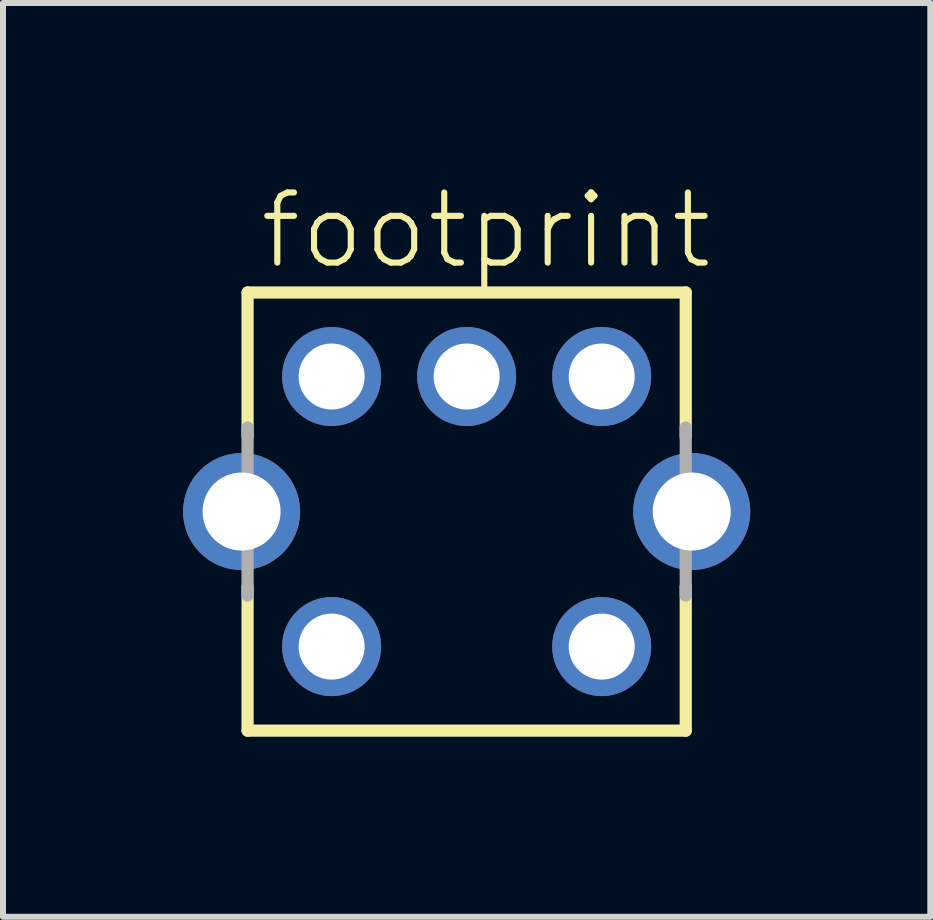
<source format=kicad_pcb>
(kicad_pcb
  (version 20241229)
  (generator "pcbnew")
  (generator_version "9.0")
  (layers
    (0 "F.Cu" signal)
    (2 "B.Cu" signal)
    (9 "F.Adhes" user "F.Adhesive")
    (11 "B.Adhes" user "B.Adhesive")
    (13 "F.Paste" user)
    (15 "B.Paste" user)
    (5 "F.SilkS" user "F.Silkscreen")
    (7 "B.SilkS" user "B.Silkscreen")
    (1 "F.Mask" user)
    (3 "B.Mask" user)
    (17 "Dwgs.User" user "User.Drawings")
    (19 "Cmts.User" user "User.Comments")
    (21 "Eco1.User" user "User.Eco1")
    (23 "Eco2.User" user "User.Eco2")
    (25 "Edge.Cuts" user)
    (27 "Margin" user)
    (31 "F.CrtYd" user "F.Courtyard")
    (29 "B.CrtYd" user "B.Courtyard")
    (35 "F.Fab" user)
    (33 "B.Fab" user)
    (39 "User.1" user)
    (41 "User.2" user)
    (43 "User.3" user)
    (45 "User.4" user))
  (footprint "footprint"
    (layer "F.Cu")
    (at 4.725 5.473)
    (property "Reference" "footprint" (at -3.5 -4 0) (layer "F.SilkS") (effects (font (size 1.168 1.168) (thickness 0.102)) (justify left bottom)))
    (fp_line (start -3.65 -3.65) (end 3.65 -3.65) (stroke (width 0.203) (type solid)) (layer "F.SilkS"))
    (fp_line (start -3.65 -1.25) (end -3.65 -3.65) (stroke (width 0.203) (type solid)) (layer "F.SilkS"))
    (fp_line (start -3.65 3.65) (end -3.65 1.25) (stroke (width 0.203) (type solid)) (layer "F.SilkS"))
    (fp_line (start 3.65 -3.65) (end 3.65 -1.25) (stroke (width 0.203) (type solid)) (layer "F.SilkS"))
    (fp_line (start 3.65 1.25) (end 3.65 3.65) (stroke (width 0.203) (type solid)) (layer "F.SilkS"))
    (fp_line (start 3.65 3.65) (end -3.65 3.65) (stroke (width 0.203) (type solid)) (layer "F.SilkS"))
    (fp_line (start -3.65 1.4) (end -3.65 -1.4) (stroke (width 0.203) (type solid)) (layer "F.Fab"))
    (fp_line (start 3.65 -1.4) (end 3.65 1.4) (stroke (width 0.203) (type solid)) (layer "F.Fab"))
    (pad "1" thru_hole circle (at -2.25 2.25) (size 1.65 1.65) (drill 1.1) (layers "*.Cu" "*.Mask"))
    (pad "2" thru_hole circle (at -2.25 -2.25) (size 1.65 1.65) (drill 1.1) (layers "*.Cu" "*.Mask"))
    (pad "3" thru_hole circle (at 0 -2.25) (size 1.65 1.65) (drill 1.1) (layers "*.Cu" "*.Mask"))
    (pad "4" thru_hole circle (at 2.25 -2.25) (size 1.65 1.65) (drill 1.1) (layers "*.Cu" "*.Mask"))
    (pad "5" thru_hole circle (at 2.25 2.25) (size 1.65 1.65) (drill 1.1) (layers "*.Cu" "*.Mask"))
    (pad "S1" thru_hole circle (at -3.75 0) (size 1.95 1.95) (drill 1.3) (layers "*.Cu" "*.Mask"))
    (pad "S2" thru_hole circle (at 3.75 0) (size 1.95 1.95) (drill 1.3) (layers "*.Cu" "*.Mask")))
  (gr_rect
    (start -3 -3)
    (end 12.45 12.225)
    (stroke (width 0.1) (type default))
    (fill no)
    (layer "Edge.Cuts")))
</source>
